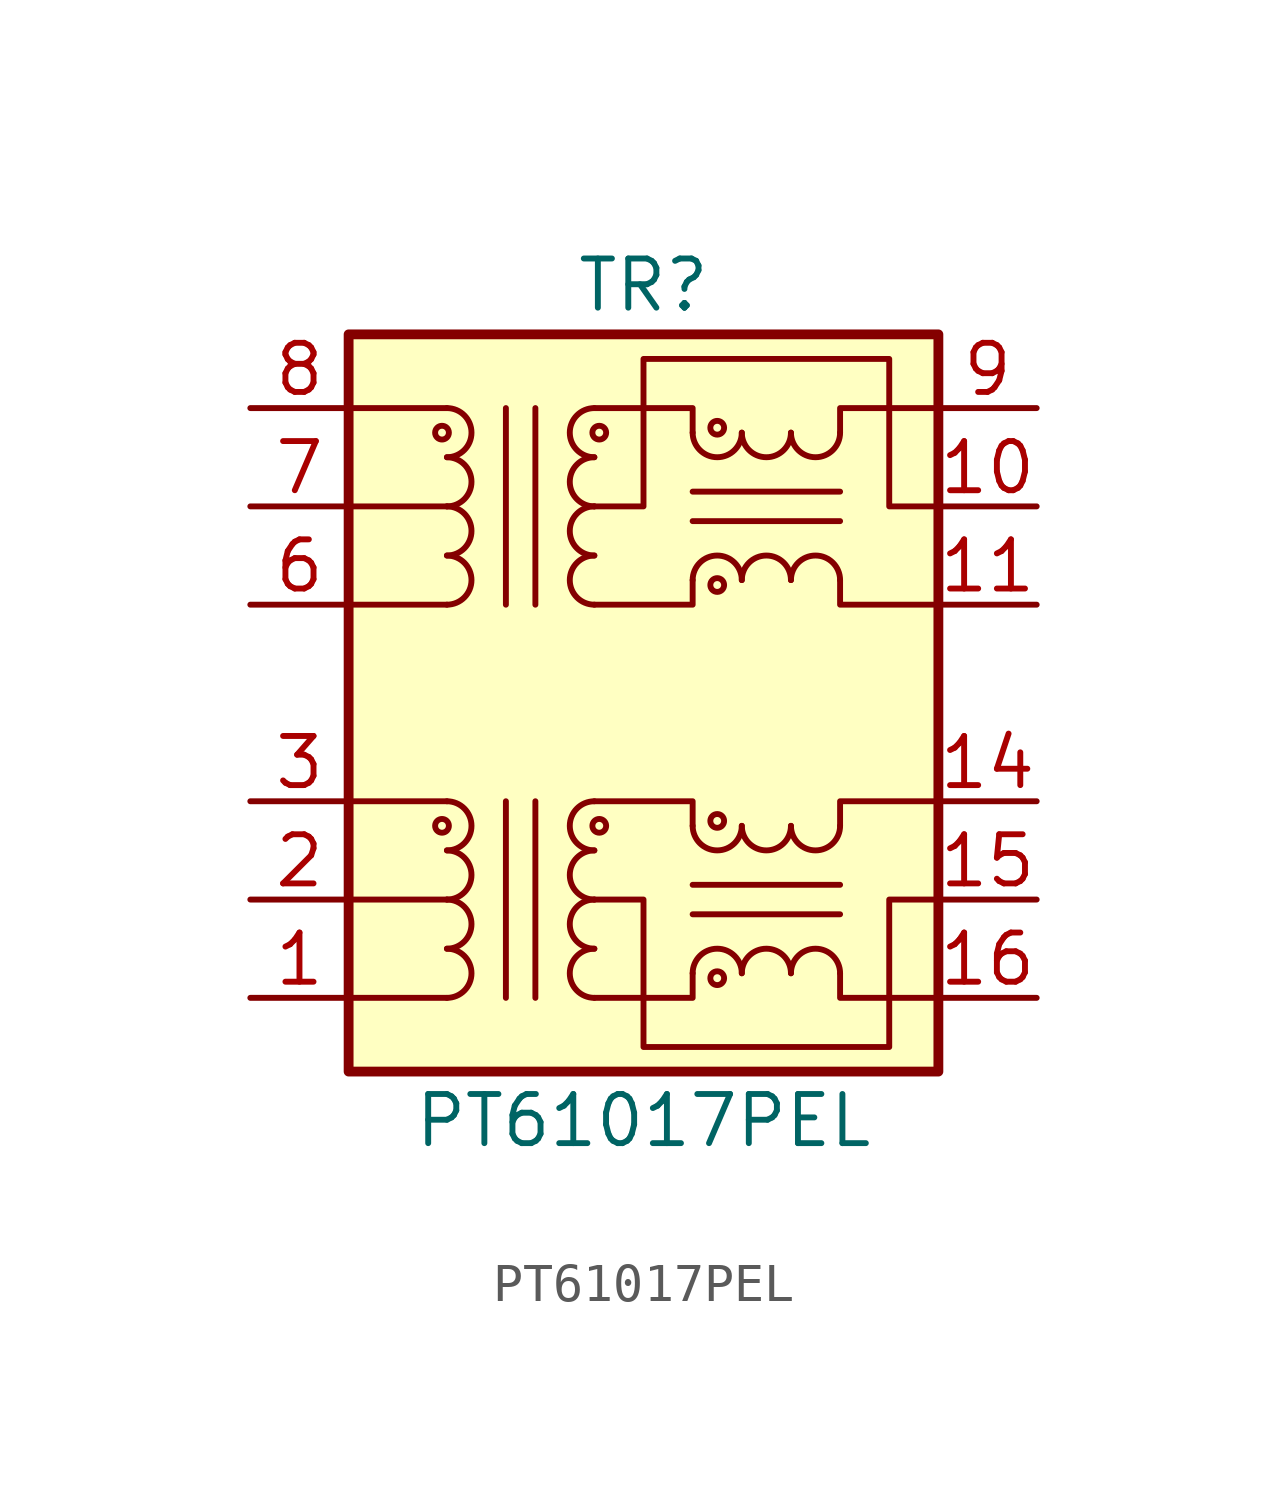
<source format=kicad_sym>
(kicad_symbol_lib
  (version 20211014)
  (generator kicad_symbol_editor)
  (symbol "PT61017PEL"
    (pin_names hide)
    (property "Reference" "TR"
      (at 0 10.795 0)
      (effects (font (size 1.27 1.27))))
    (property "Value" "PT61017PEL"
      (at 0 -10.795 0)
      (effects (font (size 1.27 1.27))))
    (symbol "PT61017PEL_0_1"
      (rectangle (start -7.62 9.525) (end 7.62 -9.525) (stroke (width 0.254) (type default) (color 0 0 0 0)) (fill (type background)))
      (circle (center -5.207 6.985) (radius 0.178) (stroke (width 0) (type default) (color 0 0 0 0)) (fill (type none)))
      (arc (start -5.08 6.35) (mid -4.445 6.985) (end -5.08 7.62) (stroke (width 0) (type default) (color 0 0 0 0)) (fill (type none)))
      (polyline (pts (xy -5.08 2.54) (xy -7.62 2.54)) (stroke (width 0) (type default) (color 0 0 0 0)) (fill (type none)))
      (polyline (pts (xy -5.08 5.08) (xy -7.62 5.08)) (stroke (width 0) (type default) (color 0 0 0 0)) (fill (type none)))
      (polyline (pts (xy -5.08 7.62) (xy -7.62 7.62)) (stroke (width 0) (type default) (color 0 0 0 0)) (fill (type none)))
      (polyline (pts (xy -3.556 -2.54) (xy -3.556 -7.62)) (stroke (width 0) (type default) (color 0 0 0 0)) (fill (type none)))
      (polyline (pts (xy -3.556 2.54) (xy -3.556 7.62)) (stroke (width 0) (type default) (color 0 0 0 0)) (fill (type none)))
      (polyline (pts (xy -2.794 -7.62) (xy -2.794 -2.54)) (stroke (width 0) (type default) (color 0 0 0 0)) (fill (type none)))
      (polyline (pts (xy -2.794 7.62) (xy -2.794 2.54)) (stroke (width 0) (type default) (color 0 0 0 0)) (fill (type none)))
      (polyline (pts (xy 1.27 4.699) (xy 5.08 4.699)) (stroke (width 0) (type default) (color 0 0 0 0)) (fill (type none)))
      (polyline (pts (xy 1.27 5.461) (xy 5.08 5.461)) (stroke (width 0) (type default) (color 0 0 0 0)) (fill (type none)))
      (polyline (pts (xy -1.27 2.54) (xy 1.27 2.54) (xy 1.27 3.175)) (stroke (width 0) (type default) (color 0 0 0 0)) (fill (type none)))
      (polyline (pts (xy 1.27 6.985) (xy 1.27 7.62) (xy -1.27 7.62)) (stroke (width 0) (type default) (color 0 0 0 0)) (fill (type none)))
      (polyline (pts (xy 5.08 3.175) (xy 5.08 2.54) (xy 7.62 2.54)) (stroke (width 0) (type default) (color 0 0 0 0)) (fill (type none)))
      (polyline (pts (xy 5.08 6.985) (xy 5.08 7.62) (xy 7.62 7.62)) (stroke (width 0) (type default) (color 0 0 0 0)) (fill (type none)))
      (polyline (pts (xy -1.27 5.08) (xy 0 5.08) (xy 0 8.89) (xy 6.35 8.89) (xy 6.35 5.08) (xy 7.62 5.08)) (stroke (width 0) (type default) (color 0 0 0 0)) (fill (type none))))
    (symbol "PT61017PEL_1_1"
      (circle (center -5.207 -3.175) (radius 0.178) (stroke (width 0) (type default) (color 0 0 0 0)) (fill (type none)))
      (arc (start -5.08 -7.62) (mid -4.445 -6.985) (end -5.08 -6.35) (stroke (width 0) (type default) (color 0 0 0 0)) (fill (type none)))
      (arc (start -5.08 -6.35) (mid -4.445 -5.715) (end -5.08 -5.08) (stroke (width 0) (type default) (color 0 0 0 0)) (fill (type none)))
      (arc (start -5.08 -5.08) (mid -4.445 -4.445) (end -5.08 -3.81) (stroke (width 0) (type default) (color 0 0 0 0)) (fill (type none)))
      (arc (start -5.08 -3.81) (mid -4.445 -3.175) (end -5.08 -2.54) (stroke (width 0) (type default) (color 0 0 0 0)) (fill (type none)))
      (arc (start -5.08 2.54) (mid -4.445 3.175) (end -5.08 3.81) (stroke (width 0) (type default) (color 0 0 0 0)) (fill (type none)))
      (arc (start -5.08 3.81) (mid -4.445 4.445) (end -5.08 5.08) (stroke (width 0) (type default) (color 0 0 0 0)) (fill (type none)))
      (arc (start -5.08 5.08) (mid -4.445 5.715) (end -5.08 6.35) (stroke (width 0) (type default) (color 0 0 0 0)) (fill (type none)))
      (arc (start -1.27 -6.35) (mid -1.905 -6.985) (end -1.27 -7.62) (stroke (width 0) (type default) (color 0 0 0 0)) (fill (type none)))
      (arc (start -1.27 -5.08) (mid -1.905 -5.715) (end -1.27 -6.35) (stroke (width 0) (type default) (color 0 0 0 0)) (fill (type none)))
      (arc (start -1.27 -3.81) (mid -1.905 -4.445) (end -1.27 -5.08) (stroke (width 0) (type default) (color 0 0 0 0)) (fill (type none)))
      (arc (start -1.27 -2.54) (mid -1.905 -3.175) (end -1.27 -3.81) (stroke (width 0) (type default) (color 0 0 0 0)) (fill (type none)))
      (arc (start -1.27 3.81) (mid -1.905 3.175) (end -1.27 2.54) (stroke (width 0) (type default) (color 0 0 0 0)) (fill (type none)))
      (arc (start -1.27 5.08) (mid -1.905 4.445) (end -1.27 3.81) (stroke (width 0) (type default) (color 0 0 0 0)) (fill (type none)))
      (arc (start -1.27 6.35) (mid -1.905 5.715) (end -1.27 5.08) (stroke (width 0) (type default) (color 0 0 0 0)) (fill (type none)))
      (arc (start -1.27 7.62) (mid -1.905 6.985) (end -1.27 6.35) (stroke (width 0) (type default) (color 0 0 0 0)) (fill (type none)))
      (circle (center -1.143 -3.175) (radius 0.178) (stroke (width 0) (type default) (color 0 0 0 0)) (fill (type none)))
      (circle (center -1.143 6.985) (radius 0.178) (stroke (width 0) (type default) (color 0 0 0 0)) (fill (type none)))
      (polyline (pts (xy -5.08 -7.62) (xy -7.62 -7.62)) (stroke (width 0) (type default) (color 0 0 0 0)) (fill (type none)))
      (polyline (pts (xy -5.08 -5.08) (xy -7.62 -5.08)) (stroke (width 0) (type default) (color 0 0 0 0)) (fill (type none)))
      (polyline (pts (xy -5.08 -2.54) (xy -7.62 -2.54)) (stroke (width 0) (type default) (color 0 0 0 0)) (fill (type none)))
      (polyline (pts (xy 1.27 -5.461) (xy 5.08 -5.461)) (stroke (width 0) (type default) (color 0 0 0 0)) (fill (type none)))
      (polyline (pts (xy 1.27 -4.699) (xy 5.08 -4.699)) (stroke (width 0) (type default) (color 0 0 0 0)) (fill (type none)))
      (polyline (pts (xy -1.27 -7.62) (xy 1.27 -7.62) (xy 1.27 -6.985)) (stroke (width 0) (type default) (color 0 0 0 0)) (fill (type none)))
      (polyline (pts (xy 1.27 -3.175) (xy 1.27 -2.54) (xy -1.27 -2.54)) (stroke (width 0) (type default) (color 0 0 0 0)) (fill (type none)))
      (polyline (pts (xy 5.08 -6.985) (xy 5.08 -7.62) (xy 7.62 -7.62)) (stroke (width 0) (type default) (color 0 0 0 0)) (fill (type none)))
      (polyline (pts (xy 5.08 -3.175) (xy 5.08 -2.54) (xy 7.62 -2.54)) (stroke (width 0) (type default) (color 0 0 0 0)) (fill (type none)))
      (polyline (pts (xy 7.62 -5.08) (xy 6.35 -5.08) (xy 6.35 -8.89) (xy 0 -8.89) (xy 0 -5.08) (xy -1.27 -5.08)) (stroke (width 0) (type default) (color 0 0 0 0)) (fill (type none)))
      (arc (start 1.27 -3.175) (mid 1.905 -3.81) (end 2.54 -3.175) (stroke (width 0) (type default) (color 0 0 0 0)) (fill (type none)))
      (arc (start 1.27 6.985) (mid 1.905 6.35) (end 2.54 6.985) (stroke (width 0) (type default) (color 0 0 0 0)) (fill (type none)))
      (circle (center 1.905 -7.112) (radius 0.178) (stroke (width 0) (type default) (color 0 0 0 0)) (fill (type none)))
      (circle (center 1.905 -3.048) (radius 0.178) (stroke (width 0) (type default) (color 0 0 0 0)) (fill (type none)))
      (circle (center 1.905 3.048) (radius 0.178) (stroke (width 0) (type default) (color 0 0 0 0)) (fill (type none)))
      (circle (center 1.905 7.112) (radius 0.178) (stroke (width 0) (type default) (color 0 0 0 0)) (fill (type none)))
      (arc (start 2.54 -6.985) (mid 1.905 -6.35) (end 1.27 -6.985) (stroke (width 0) (type default) (color 0 0 0 0)) (fill (type none)))
      (arc (start 2.54 -3.175) (mid 3.175 -3.81) (end 3.81 -3.175) (stroke (width 0) (type default) (color 0 0 0 0)) (fill (type none)))
      (arc (start 2.54 3.175) (mid 1.905 3.81) (end 1.27 3.175) (stroke (width 0) (type default) (color 0 0 0 0)) (fill (type none)))
      (arc (start 2.54 6.985) (mid 3.175 6.35) (end 3.81 6.985) (stroke (width 0) (type default) (color 0 0 0 0)) (fill (type none)))
      (arc (start 3.81 -6.985) (mid 3.175 -6.35) (end 2.54 -6.985) (stroke (width 0) (type default) (color 0 0 0 0)) (fill (type none)))
      (arc (start 3.81 -3.175) (mid 4.445 -3.81) (end 5.08 -3.175) (stroke (width 0) (type default) (color 0 0 0 0)) (fill (type none)))
      (arc (start 3.81 3.175) (mid 3.175 3.81) (end 2.54 3.175) (stroke (width 0) (type default) (color 0 0 0 0)) (fill (type none)))
      (arc (start 3.81 6.985) (mid 4.445 6.35) (end 5.08 6.985) (stroke (width 0) (type default) (color 0 0 0 0)) (fill (type none)))
      (arc (start 5.08 -6.985) (mid 4.445 -6.35) (end 3.81 -6.985) (stroke (width 0) (type default) (color 0 0 0 0)) (fill (type none)))
      (arc (start 5.08 3.175) (mid 4.445 3.81) (end 3.81 3.175) (stroke (width 0) (type default) (color 0 0 0 0)) (fill (type none)))
      (pin passive line (at -10.16 -7.62 0) (length 2.54) (name "TD+" (effects (font (size 1.27 1.27)))) (number "1" (effects (font (size 1.27 1.27)))))
      (pin passive line (at 10.16 5.08 180) (length 2.54) (name "C_RX" (effects (font (size 1.27 1.27)))) (number "10" (effects (font (size 1.27 1.27)))))
      (pin passive line (at 10.16 2.54 180) (length 2.54) (name "RX+" (effects (font (size 1.27 1.27)))) (number "11" (effects (font (size 1.27 1.27)))))
      (pin passive line (at 10.16 -2.54 180) (length 2.54) (name "TX-" (effects (font (size 1.27 1.27)))) (number "14" (effects (font (size 1.27 1.27)))))
      (pin passive line (at 10.16 -5.08 180) (length 2.54) (name "C_TX" (effects (font (size 1.27 1.27)))) (number "15" (effects (font (size 1.27 1.27)))))
      (pin passive line (at 10.16 -7.62 180) (length 2.54) (name "TX+" (effects (font (size 1.27 1.27)))) (number "16" (effects (font (size 1.27 1.27)))))
      (pin passive line (at -10.16 -5.08 0) (length 2.54) (name "C_TD" (effects (font (size 1.27 1.27)))) (number "2" (effects (font (size 1.27 1.27)))))
      (pin passive line (at -10.16 -2.54 0) (length 2.54) (name "TD-" (effects (font (size 1.27 1.27)))) (number "3" (effects (font (size 1.27 1.27)))))
      (pin passive line (at -10.16 2.54 0) (length 2.54) (name "RD+" (effects (font (size 1.27 1.27)))) (number "6" (effects (font (size 1.27 1.27)))))
      (pin passive line (at -10.16 5.08 0) (length 2.54) (name "C_RD" (effects (font (size 1.27 1.27)))) (number "7" (effects (font (size 1.27 1.27)))))
      (pin passive line (at -10.16 7.62 0) (length 2.54) (name "RD-" (effects (font (size 1.27 1.27)))) (number "8" (effects (font (size 1.27 1.27)))))
      (pin passive line (at 10.16 7.62 180) (length 2.54) (name "RX-" (effects (font (size 1.27 1.27)))) (number "9" (effects (font (size 1.27 1.27))))))))
</source>
